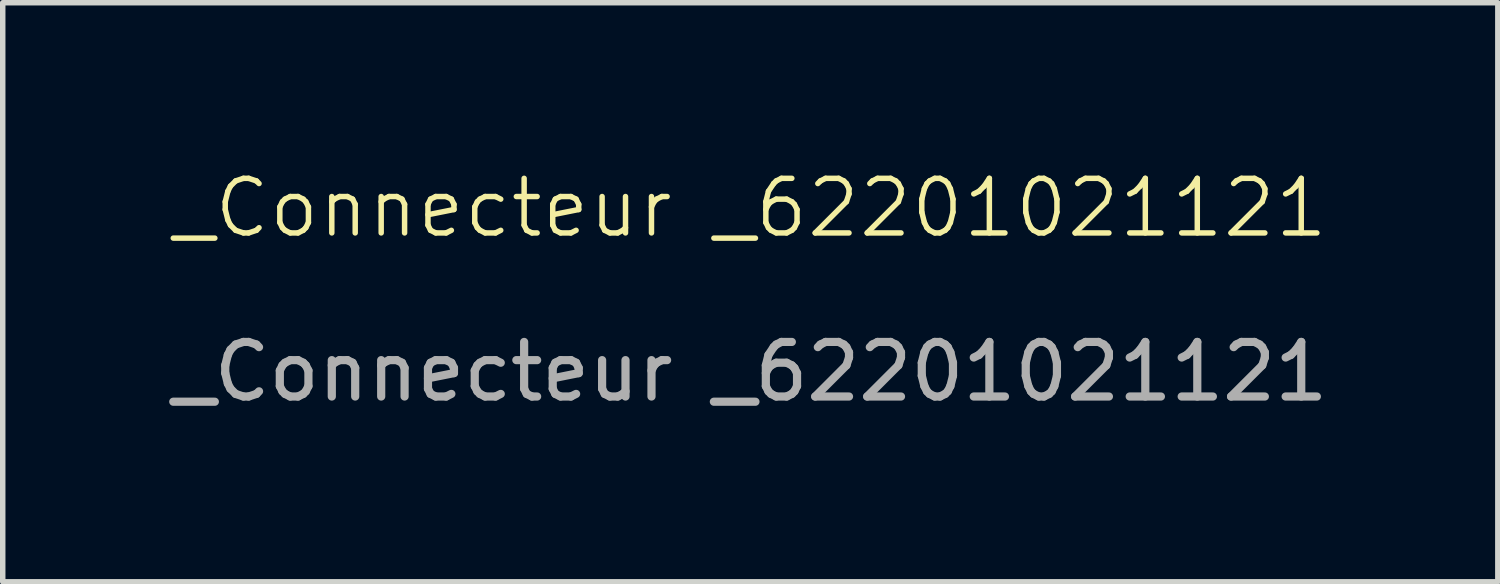
<source format=kicad_pcb>
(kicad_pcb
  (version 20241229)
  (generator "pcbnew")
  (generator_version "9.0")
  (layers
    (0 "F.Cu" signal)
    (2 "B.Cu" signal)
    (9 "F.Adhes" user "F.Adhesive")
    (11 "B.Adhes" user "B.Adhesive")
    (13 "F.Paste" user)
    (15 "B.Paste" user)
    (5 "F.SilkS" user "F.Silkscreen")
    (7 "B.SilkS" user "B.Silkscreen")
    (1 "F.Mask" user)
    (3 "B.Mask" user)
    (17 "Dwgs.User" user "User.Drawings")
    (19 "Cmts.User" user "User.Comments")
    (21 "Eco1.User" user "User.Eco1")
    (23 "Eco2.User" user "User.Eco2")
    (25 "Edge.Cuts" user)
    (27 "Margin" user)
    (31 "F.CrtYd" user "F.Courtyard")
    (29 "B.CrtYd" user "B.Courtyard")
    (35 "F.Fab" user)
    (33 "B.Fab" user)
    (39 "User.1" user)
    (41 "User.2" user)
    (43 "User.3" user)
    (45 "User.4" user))
  (footprint "_Connecteur _62201021121"
    (layer "F.Cu")
    (at 10.696 1.26)
    (property "Reference" "_Connecteur _62201021121" (at 0 -0.5 0) (unlocked yes) (layer "F.SilkS") (effects (font (size 1 1) (thickness 0.1))))
    (attr through_hole)
    (fp_text user "${REFERENCE}" (at 0 2.5 0) (unlocked yes) (layer "F.Fab") (effects (font (size 1 1) (thickness 0.15)))))
  (gr_rect
    (start -3 -3)
    (end 24.393 7.609)
    (stroke (width 0.1) (type default))
    (fill no)
    (layer "Edge.Cuts")))
</source>
